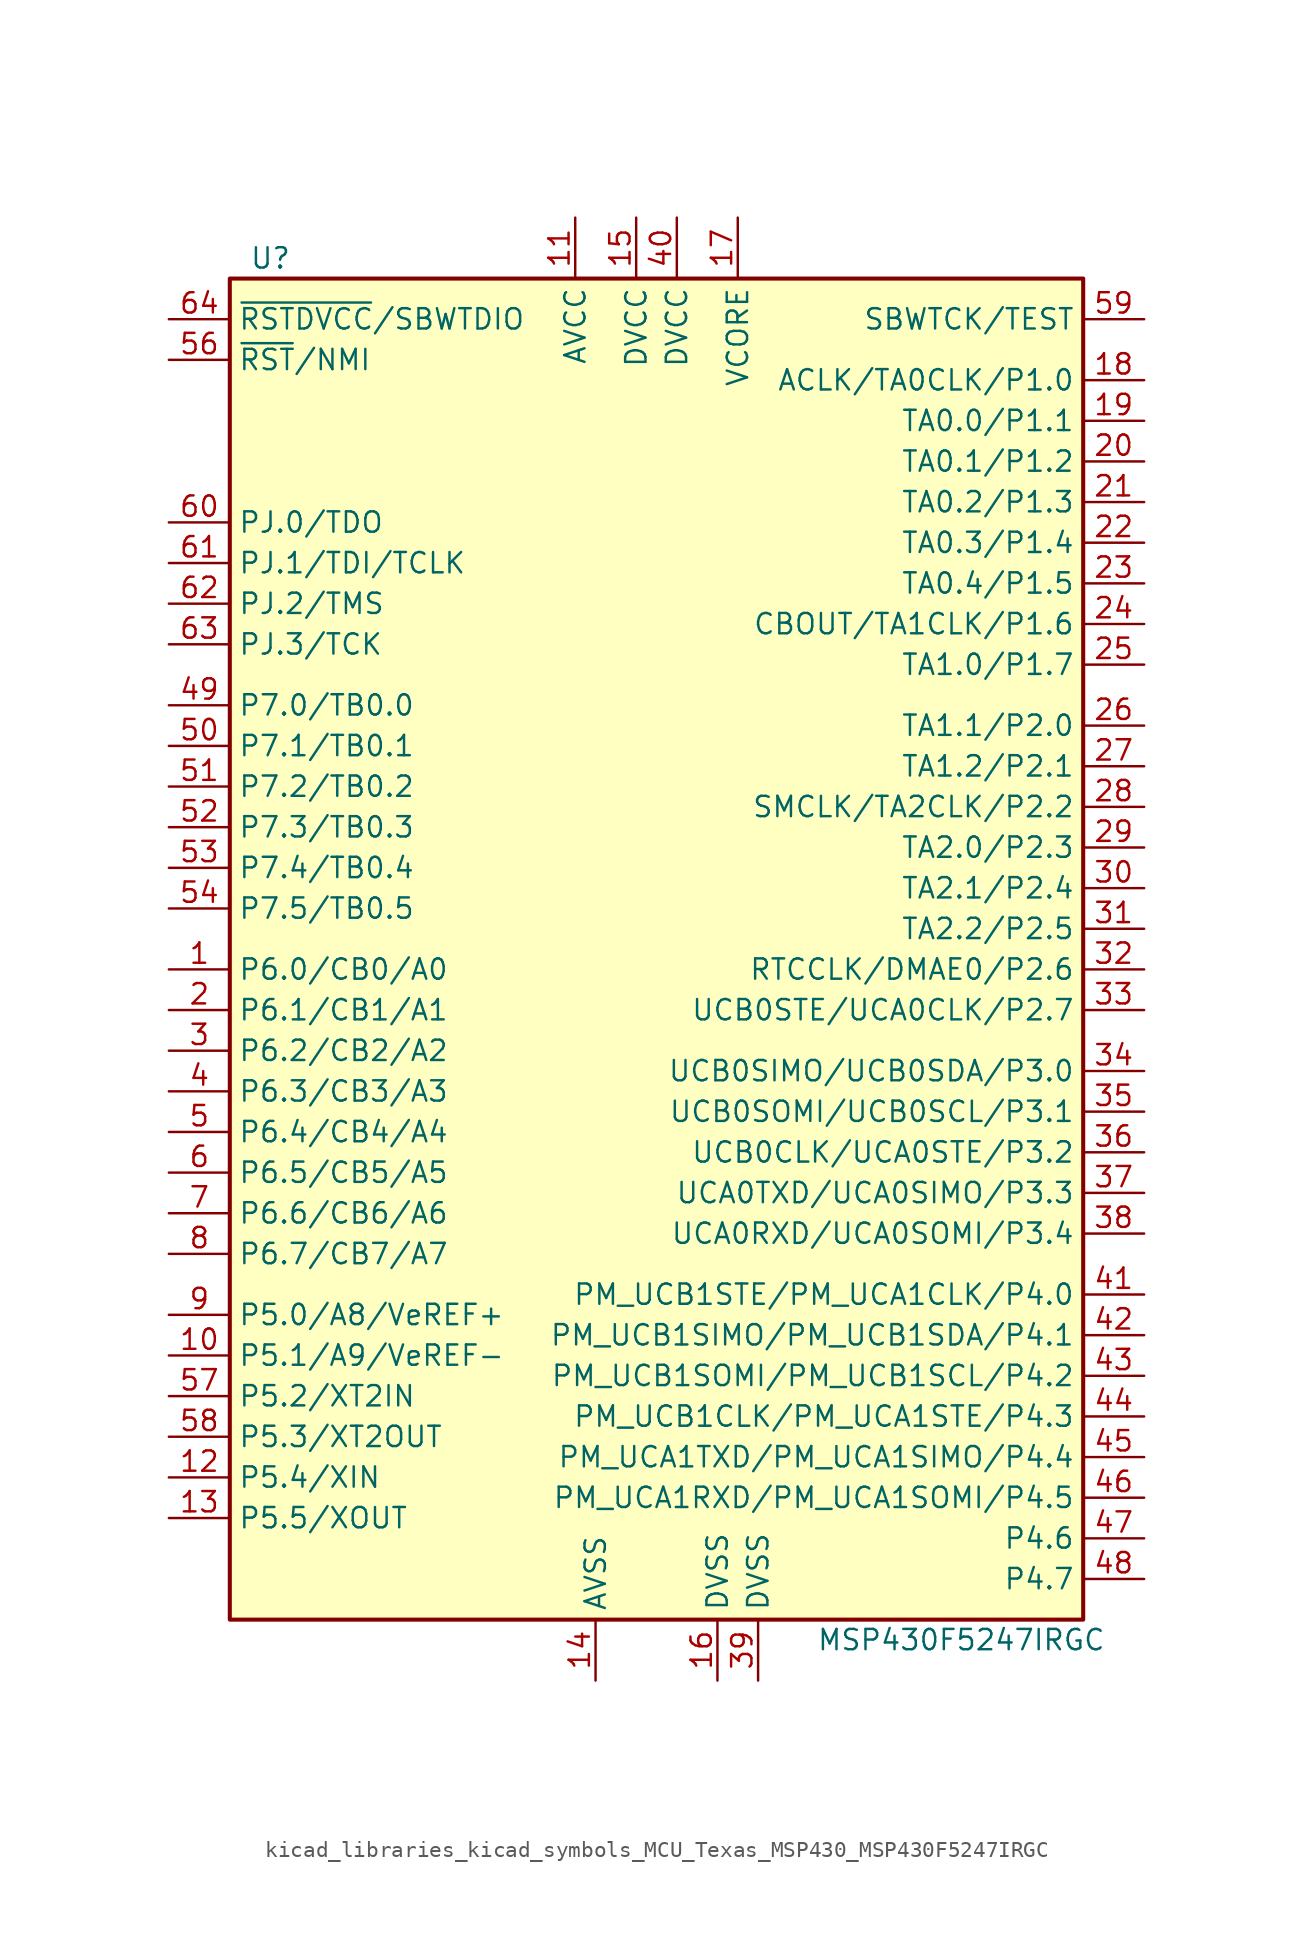
<source format=kicad_sym>
(kicad_symbol_lib
  (version 20220914)
  (generator kicad_symbol_editor)
  (symbol "kicad_libraries_kicad_symbols_MCU_Texas_MSP430_MSP430F5247IRGC"
    (property "Reference" "U"
      (at -24.13 43.18 0)
      (effects (font (size 1.27 1.27))))
    (property "Value" "MSP430F5247IRGC"
      (at 19.05 -43.18 0)
      (effects (font (size 1.27 1.27))))
    (symbol "kicad_libraries_kicad_symbols_MCU_Texas_MSP430_MSP430F5247IRGC_0_1"
      (rectangle (start -26.67 41.91) (end 26.67 -41.91) (stroke (width 0.254) (type default)) (fill (type background))))
    (symbol "kicad_libraries_kicad_symbols_MCU_Texas_MSP430_MSP430F5247IRGC_1_1"
      (pin bidirectional line (at -30.48 -1.27 0) (length 3.81) (name "P6.0/CB0/A0" (effects (font (size 1.27 1.27)))) (number "1" (effects (font (size 1.27 1.27)))))
      (pin bidirectional line (at -30.48 -25.4 0) (length 3.81) (name "P5.1/A9/VeREF-" (effects (font (size 1.27 1.27)))) (number "10" (effects (font (size 1.27 1.27)))))
      (pin power_in line (at -5.08 45.72 270) (length 3.81) (name "AVCC" (effects (font (size 1.27 1.27)))) (number "11" (effects (font (size 1.27 1.27)))))
      (pin bidirectional line (at -30.48 -33.02 0) (length 3.81) (name "P5.4/XIN" (effects (font (size 1.27 1.27)))) (number "12" (effects (font (size 1.27 1.27)))))
      (pin bidirectional line (at -30.48 -35.56 0) (length 3.81) (name "P5.5/XOUT" (effects (font (size 1.27 1.27)))) (number "13" (effects (font (size 1.27 1.27)))))
      (pin power_in line (at -3.81 -45.72 90) (length 3.81) (name "AVSS" (effects (font (size 1.27 1.27)))) (number "14" (effects (font (size 1.27 1.27)))))
      (pin power_in line (at -1.27 45.72 270) (length 3.81) (name "DVCC" (effects (font (size 1.27 1.27)))) (number "15" (effects (font (size 1.27 1.27)))))
      (pin power_in line (at 3.81 -45.72 90) (length 3.81) (name "DVSS" (effects (font (size 1.27 1.27)))) (number "16" (effects (font (size 1.27 1.27)))))
      (pin power_in line (at 5.08 45.72 270) (length 3.81) (name "VCORE" (effects (font (size 1.27 1.27)))) (number "17" (effects (font (size 1.27 1.27)))))
      (pin bidirectional line (at 30.48 35.56 180) (length 3.81) (name "ACLK/TA0CLK/P1.0" (effects (font (size 1.27 1.27)))) (number "18" (effects (font (size 1.27 1.27)))))
      (pin bidirectional line (at 30.48 33.02 180) (length 3.81) (name "TA0.0/P1.1" (effects (font (size 1.27 1.27)))) (number "19" (effects (font (size 1.27 1.27)))))
      (pin bidirectional line (at -30.48 -3.81 0) (length 3.81) (name "P6.1/CB1/A1" (effects (font (size 1.27 1.27)))) (number "2" (effects (font (size 1.27 1.27)))))
      (pin bidirectional line (at 30.48 30.48 180) (length 3.81) (name "TA0.1/P1.2" (effects (font (size 1.27 1.27)))) (number "20" (effects (font (size 1.27 1.27)))))
      (pin bidirectional line (at 30.48 27.94 180) (length 3.81) (name "TA0.2/P1.3" (effects (font (size 1.27 1.27)))) (number "21" (effects (font (size 1.27 1.27)))))
      (pin bidirectional line (at 30.48 25.4 180) (length 3.81) (name "TA0.3/P1.4" (effects (font (size 1.27 1.27)))) (number "22" (effects (font (size 1.27 1.27)))))
      (pin bidirectional line (at 30.48 22.86 180) (length 3.81) (name "TA0.4/P1.5" (effects (font (size 1.27 1.27)))) (number "23" (effects (font (size 1.27 1.27)))))
      (pin bidirectional line (at 30.48 20.32 180) (length 3.81) (name "CBOUT/TA1CLK/P1.6" (effects (font (size 1.27 1.27)))) (number "24" (effects (font (size 1.27 1.27)))))
      (pin bidirectional line (at 30.48 17.78 180) (length 3.81) (name "TA1.0/P1.7" (effects (font (size 1.27 1.27)))) (number "25" (effects (font (size 1.27 1.27)))))
      (pin bidirectional line (at 30.48 13.97 180) (length 3.81) (name "TA1.1/P2.0" (effects (font (size 1.27 1.27)))) (number "26" (effects (font (size 1.27 1.27)))))
      (pin bidirectional line (at 30.48 11.43 180) (length 3.81) (name "TA1.2/P2.1" (effects (font (size 1.27 1.27)))) (number "27" (effects (font (size 1.27 1.27)))))
      (pin bidirectional line (at 30.48 8.89 180) (length 3.81) (name "SMCLK/TA2CLK/P2.2" (effects (font (size 1.27 1.27)))) (number "28" (effects (font (size 1.27 1.27)))))
      (pin bidirectional line (at 30.48 6.35 180) (length 3.81) (name "TA2.0/P2.3" (effects (font (size 1.27 1.27)))) (number "29" (effects (font (size 1.27 1.27)))))
      (pin bidirectional line (at -30.48 -6.35 0) (length 3.81) (name "P6.2/CB2/A2" (effects (font (size 1.27 1.27)))) (number "3" (effects (font (size 1.27 1.27)))))
      (pin bidirectional line (at 30.48 3.81 180) (length 3.81) (name "TA2.1/P2.4" (effects (font (size 1.27 1.27)))) (number "30" (effects (font (size 1.27 1.27)))))
      (pin bidirectional line (at 30.48 1.27 180) (length 3.81) (name "TA2.2/P2.5" (effects (font (size 1.27 1.27)))) (number "31" (effects (font (size 1.27 1.27)))))
      (pin bidirectional line (at 30.48 -1.27 180) (length 3.81) (name "RTCCLK/DMAE0/P2.6" (effects (font (size 1.27 1.27)))) (number "32" (effects (font (size 1.27 1.27)))))
      (pin bidirectional line (at 30.48 -3.81 180) (length 3.81) (name "UCB0STE/UCA0CLK/P2.7" (effects (font (size 1.27 1.27)))) (number "33" (effects (font (size 1.27 1.27)))))
      (pin bidirectional line (at 30.48 -7.62 180) (length 3.81) (name "UCB0SIMO/UCB0SDA/P3.0" (effects (font (size 1.27 1.27)))) (number "34" (effects (font (size 1.27 1.27)))))
      (pin bidirectional line (at 30.48 -10.16 180) (length 3.81) (name "UCB0SOMI/UCB0SCL/P3.1" (effects (font (size 1.27 1.27)))) (number "35" (effects (font (size 1.27 1.27)))))
      (pin bidirectional line (at 30.48 -12.7 180) (length 3.81) (name "UCB0CLK/UCA0STE/P3.2" (effects (font (size 1.27 1.27)))) (number "36" (effects (font (size 1.27 1.27)))))
      (pin bidirectional line (at 30.48 -15.24 180) (length 3.81) (name "UCA0TXD/UCA0SIMO/P3.3" (effects (font (size 1.27 1.27)))) (number "37" (effects (font (size 1.27 1.27)))))
      (pin bidirectional line (at 30.48 -17.78 180) (length 3.81) (name "UCA0RXD/UCA0SOMI/P3.4" (effects (font (size 1.27 1.27)))) (number "38" (effects (font (size 1.27 1.27)))))
      (pin power_in line (at 6.35 -45.72 90) (length 3.81) (name "DVSS" (effects (font (size 1.27 1.27)))) (number "39" (effects (font (size 1.27 1.27)))))
      (pin bidirectional line (at -30.48 -8.89 0) (length 3.81) (name "P6.3/CB3/A3" (effects (font (size 1.27 1.27)))) (number "4" (effects (font (size 1.27 1.27)))))
      (pin power_in line (at 1.27 45.72 270) (length 3.81) (name "DVCC" (effects (font (size 1.27 1.27)))) (number "40" (effects (font (size 1.27 1.27)))))
      (pin bidirectional line (at 30.48 -21.59 180) (length 3.81) (name "PM_UCB1STE/PM_UCA1CLK/P4.0" (effects (font (size 1.27 1.27)))) (number "41" (effects (font (size 1.27 1.27)))))
      (pin bidirectional line (at 30.48 -24.13 180) (length 3.81) (name "PM_UCB1SIMO/PM_UCB1SDA/P4.1" (effects (font (size 1.27 1.27)))) (number "42" (effects (font (size 1.27 1.27)))))
      (pin bidirectional line (at 30.48 -26.67 180) (length 3.81) (name "PM_UCB1SOMI/PM_UCB1SCL/P4.2" (effects (font (size 1.27 1.27)))) (number "43" (effects (font (size 1.27 1.27)))))
      (pin bidirectional line (at 30.48 -29.21 180) (length 3.81) (name "PM_UCB1CLK/PM_UCA1STE/P4.3" (effects (font (size 1.27 1.27)))) (number "44" (effects (font (size 1.27 1.27)))))
      (pin bidirectional line (at 30.48 -31.75 180) (length 3.81) (name "PM_UCA1TXD/PM_UCA1SIMO/P4.4" (effects (font (size 1.27 1.27)))) (number "45" (effects (font (size 1.27 1.27)))))
      (pin bidirectional line (at 30.48 -34.29 180) (length 3.81) (name "PM_UCA1RXD/PM_UCA1SOMI/P4.5" (effects (font (size 1.27 1.27)))) (number "46" (effects (font (size 1.27 1.27)))))
      (pin bidirectional line (at 30.48 -36.83 180) (length 3.81) (name "P4.6" (effects (font (size 1.27 1.27)))) (number "47" (effects (font (size 1.27 1.27)))))
      (pin bidirectional line (at 30.48 -39.37 180) (length 3.81) (name "P4.7" (effects (font (size 1.27 1.27)))) (number "48" (effects (font (size 1.27 1.27)))))
      (pin bidirectional line (at -30.48 15.24 0) (length 3.81) (name "P7.0/TB0.0" (effects (font (size 1.27 1.27)))) (number "49" (effects (font (size 1.27 1.27)))))
      (pin bidirectional line (at -30.48 -11.43 0) (length 3.81) (name "P6.4/CB4/A4" (effects (font (size 1.27 1.27)))) (number "5" (effects (font (size 1.27 1.27)))))
      (pin bidirectional line (at -30.48 12.7 0) (length 3.81) (name "P7.1/TB0.1" (effects (font (size 1.27 1.27)))) (number "50" (effects (font (size 1.27 1.27)))))
      (pin bidirectional line (at -30.48 10.16 0) (length 3.81) (name "P7.2/TB0.2" (effects (font (size 1.27 1.27)))) (number "51" (effects (font (size 1.27 1.27)))))
      (pin bidirectional line (at -30.48 7.62 0) (length 3.81) (name "P7.3/TB0.3" (effects (font (size 1.27 1.27)))) (number "52" (effects (font (size 1.27 1.27)))))
      (pin bidirectional line (at -30.48 5.08 0) (length 3.81) (name "P7.4/TB0.4" (effects (font (size 1.27 1.27)))) (number "53" (effects (font (size 1.27 1.27)))))
      (pin bidirectional line (at -30.48 2.54 0) (length 3.81) (name "P7.5/TB0.5" (effects (font (size 1.27 1.27)))) (number "54" (effects (font (size 1.27 1.27)))))
      (pin input line (at -30.48 36.83 0) (length 3.81) (name "~{RST}/NMI" (effects (font (size 1.27 1.27)))) (number "56" (effects (font (size 1.27 1.27)))))
      (pin bidirectional line (at -30.48 -27.94 0) (length 3.81) (name "P5.2/XT2IN" (effects (font (size 1.27 1.27)))) (number "57" (effects (font (size 1.27 1.27)))))
      (pin bidirectional line (at -30.48 -30.48 0) (length 3.81) (name "P5.3/XT2OUT" (effects (font (size 1.27 1.27)))) (number "58" (effects (font (size 1.27 1.27)))))
      (pin input line (at 30.48 39.37 180) (length 3.81) (name "SBWTCK/TEST" (effects (font (size 1.27 1.27)))) (number "59" (effects (font (size 1.27 1.27)))))
      (pin bidirectional line (at -30.48 -13.97 0) (length 3.81) (name "P6.5/CB5/A5" (effects (font (size 1.27 1.27)))) (number "6" (effects (font (size 1.27 1.27)))))
      (pin bidirectional line (at -30.48 26.67 0) (length 3.81) (name "PJ.0/TDO" (effects (font (size 1.27 1.27)))) (number "60" (effects (font (size 1.27 1.27)))))
      (pin bidirectional line (at -30.48 24.13 0) (length 3.81) (name "PJ.1/TDI/TCLK" (effects (font (size 1.27 1.27)))) (number "61" (effects (font (size 1.27 1.27)))))
      (pin bidirectional line (at -30.48 21.59 0) (length 3.81) (name "PJ.2/TMS" (effects (font (size 1.27 1.27)))) (number "62" (effects (font (size 1.27 1.27)))))
      (pin bidirectional line (at -30.48 19.05 0) (length 3.81) (name "PJ.3/TCK" (effects (font (size 1.27 1.27)))) (number "63" (effects (font (size 1.27 1.27)))))
      (pin bidirectional line (at -30.48 39.37 0) (length 3.81) (name "~{RSTDVCC}/SBWTDIO" (effects (font (size 1.27 1.27)))) (number "64" (effects (font (size 1.27 1.27)))))
      (pin bidirectional line (at -30.48 -16.51 0) (length 3.81) (name "P6.6/CB6/A6" (effects (font (size 1.27 1.27)))) (number "7" (effects (font (size 1.27 1.27)))))
      (pin bidirectional line (at -30.48 -19.05 0) (length 3.81) (name "P6.7/CB7/A7" (effects (font (size 1.27 1.27)))) (number "8" (effects (font (size 1.27 1.27)))))
      (pin bidirectional line (at -30.48 -22.86 0) (length 3.81) (name "P5.0/A8/VeREF+" (effects (font (size 1.27 1.27)))) (number "9" (effects (font (size 1.27 1.27))))))))
</source>
